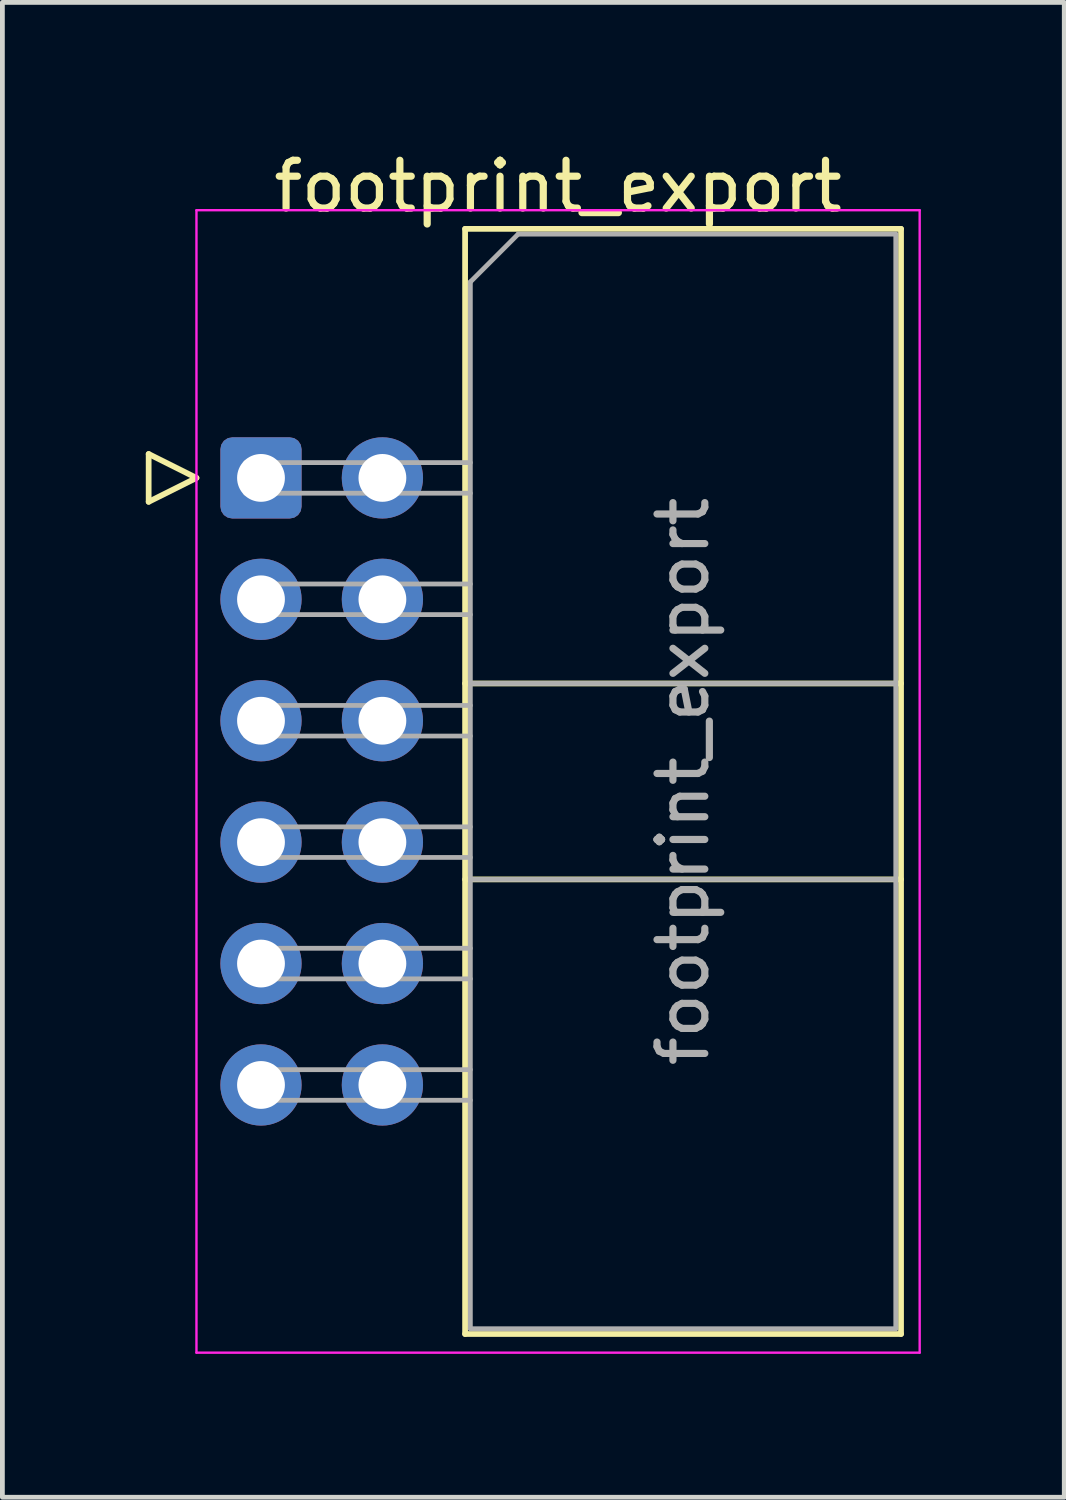
<source format=kicad_pcb>
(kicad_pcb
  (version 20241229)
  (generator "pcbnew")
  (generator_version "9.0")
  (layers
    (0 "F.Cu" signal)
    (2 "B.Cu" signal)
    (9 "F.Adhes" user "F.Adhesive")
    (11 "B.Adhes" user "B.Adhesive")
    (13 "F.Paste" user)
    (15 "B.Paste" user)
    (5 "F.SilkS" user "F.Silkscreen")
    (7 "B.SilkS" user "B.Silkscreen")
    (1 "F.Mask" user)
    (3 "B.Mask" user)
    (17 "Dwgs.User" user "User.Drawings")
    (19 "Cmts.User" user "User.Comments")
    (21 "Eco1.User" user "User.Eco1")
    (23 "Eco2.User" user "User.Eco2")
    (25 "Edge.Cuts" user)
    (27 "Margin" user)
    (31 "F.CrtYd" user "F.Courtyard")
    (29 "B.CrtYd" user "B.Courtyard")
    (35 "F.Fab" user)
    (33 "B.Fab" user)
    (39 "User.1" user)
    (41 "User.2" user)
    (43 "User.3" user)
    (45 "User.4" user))
  (footprint "footprint_export"
    (layer "F.Cu")
    (at 2.41 6.948)
    (property "Reference" "footprint_export" (at 6.215 -6.1 0) (layer "F.SilkS") (effects (font (size 1 1) (thickness 0.15))))
    (attr through_hole)
    (fp_line (start -2.35 -0.5) (end -2.35 0.5) (stroke (width 0.12) (type solid)) (layer "F.SilkS"))
    (fp_line (start -2.35 0.5) (end -1.35 0) (stroke (width 0.12) (type solid)) (layer "F.SilkS"))
    (fp_line (start -1.35 0) (end -2.35 -0.5) (stroke (width 0.12) (type solid)) (layer "F.SilkS"))
    (fp_line (start 4.27 -5.21) (end 13.39 -5.21) (stroke (width 0.12) (type solid)) (layer "F.SilkS"))
    (fp_line (start 4.27 4.3) (end 13.39 4.3) (stroke (width 0.12) (type solid)) (layer "F.SilkS"))
    (fp_line (start 4.27 8.4) (end 13.39 8.4) (stroke (width 0.12) (type solid)) (layer "F.SilkS"))
    (fp_line (start 4.27 17.91) (end 4.27 -5.21) (stroke (width 0.12) (type solid)) (layer "F.SilkS"))
    (fp_line (start 13.39 -5.21) (end 13.39 17.91) (stroke (width 0.12) (type solid)) (layer "F.SilkS"))
    (fp_line (start 13.39 17.91) (end 4.27 17.91) (stroke (width 0.12) (type solid)) (layer "F.SilkS"))
    (fp_line (start -1.35 -5.6) (end -1.35 18.3) (stroke (width 0.05) (type solid)) (layer "F.CrtYd"))
    (fp_line (start -1.35 18.3) (end 13.78 18.3) (stroke (width 0.05) (type solid)) (layer "F.CrtYd"))
    (fp_line (start 13.78 -5.6) (end -1.35 -5.6) (stroke (width 0.05) (type solid)) (layer "F.CrtYd"))
    (fp_line (start 13.78 18.3) (end 13.78 -5.6) (stroke (width 0.05) (type solid)) (layer "F.CrtYd"))
    (fp_line (start -0.32 -0.32) (end -0.32 0.32) (stroke (width 0.1) (type solid)) (layer "F.Fab"))
    (fp_line (start -0.32 0.32) (end 4.38 0.32) (stroke (width 0.1) (type solid)) (layer "F.Fab"))
    (fp_line (start -0.32 2.22) (end -0.32 2.86) (stroke (width 0.1) (type solid)) (layer "F.Fab"))
    (fp_line (start -0.32 2.86) (end 4.38 2.86) (stroke (width 0.1) (type solid)) (layer "F.Fab"))
    (fp_line (start -0.32 4.76) (end -0.32 5.4) (stroke (width 0.1) (type solid)) (layer "F.Fab"))
    (fp_line (start -0.32 5.4) (end 4.38 5.4) (stroke (width 0.1) (type solid)) (layer "F.Fab"))
    (fp_line (start -0.32 7.3) (end -0.32 7.94) (stroke (width 0.1) (type solid)) (layer "F.Fab"))
    (fp_line (start -0.32 7.94) (end 4.38 7.94) (stroke (width 0.1) (type solid)) (layer "F.Fab"))
    (fp_line (start -0.32 9.84) (end -0.32 10.48) (stroke (width 0.1) (type solid)) (layer "F.Fab"))
    (fp_line (start -0.32 10.48) (end 4.38 10.48) (stroke (width 0.1) (type solid)) (layer "F.Fab"))
    (fp_line (start -0.32 12.38) (end -0.32 13.02) (stroke (width 0.1) (type solid)) (layer "F.Fab"))
    (fp_line (start -0.32 13.02) (end 4.38 13.02) (stroke (width 0.1) (type solid)) (layer "F.Fab"))
    (fp_line (start 4.38 -4.1) (end 5.38 -5.1) (stroke (width 0.1) (type solid)) (layer "F.Fab"))
    (fp_line (start 4.38 -0.32) (end -0.32 -0.32) (stroke (width 0.1) (type solid)) (layer "F.Fab"))
    (fp_line (start 4.38 2.22) (end -0.32 2.22) (stroke (width 0.1) (type solid)) (layer "F.Fab"))
    (fp_line (start 4.38 4.3) (end 13.28 4.3) (stroke (width 0.1) (type solid)) (layer "F.Fab"))
    (fp_line (start 4.38 4.76) (end -0.32 4.76) (stroke (width 0.1) (type solid)) (layer "F.Fab"))
    (fp_line (start 4.38 7.3) (end -0.32 7.3) (stroke (width 0.1) (type solid)) (layer "F.Fab"))
    (fp_line (start 4.38 8.4) (end 13.28 8.4) (stroke (width 0.1) (type solid)) (layer "F.Fab"))
    (fp_line (start 4.38 9.84) (end -0.32 9.84) (stroke (width 0.1) (type solid)) (layer "F.Fab"))
    (fp_line (start 4.38 12.38) (end -0.32 12.38) (stroke (width 0.1) (type solid)) (layer "F.Fab"))
    (fp_line (start 4.38 17.8) (end 4.38 -4.1) (stroke (width 0.1) (type solid)) (layer "F.Fab"))
    (fp_line (start 5.38 -5.1) (end 13.28 -5.1) (stroke (width 0.1) (type solid)) (layer "F.Fab"))
    (fp_line (start 13.28 -5.1) (end 13.28 17.8) (stroke (width 0.1) (type solid)) (layer "F.Fab"))
    (fp_line (start 13.28 17.8) (end 4.38 17.8) (stroke (width 0.1) (type solid)) (layer "F.Fab"))
    (fp_text user "${REFERENCE}" (at 8.83 6.35 90) (layer "F.Fab") (effects (font (size 1 1) (thickness 0.15))))
    (pad "1" thru_hole roundrect (at 0 0) (size 1.7 1.7) (drill 1) (layers "*.Cu" "*.Mask") (roundrect_rratio 0.147))
    (pad "2" thru_hole circle (at 2.54 0) (size 1.7 1.7) (drill 1) (layers "*.Cu" "*.Mask"))
    (pad "3" thru_hole circle (at 0 2.54) (size 1.7 1.7) (drill 1) (layers "*.Cu" "*.Mask"))
    (pad "4" thru_hole circle (at 2.54 2.54) (size 1.7 1.7) (drill 1) (layers "*.Cu" "*.Mask"))
    (pad "5" thru_hole circle (at 0 5.08) (size 1.7 1.7) (drill 1) (layers "*.Cu" "*.Mask"))
    (pad "6" thru_hole circle (at 2.54 5.08) (size 1.7 1.7) (drill 1) (layers "*.Cu" "*.Mask"))
    (pad "7" thru_hole circle (at 0 7.62) (size 1.7 1.7) (drill 1) (layers "*.Cu" "*.Mask"))
    (pad "8" thru_hole circle (at 2.54 7.62) (size 1.7 1.7) (drill 1) (layers "*.Cu" "*.Mask"))
    (pad "9" thru_hole circle (at 0 10.16) (size 1.7 1.7) (drill 1) (layers "*.Cu" "*.Mask"))
    (pad "10" thru_hole circle (at 2.54 10.16) (size 1.7 1.7) (drill 1) (layers "*.Cu" "*.Mask"))
    (pad "11" thru_hole circle (at 0 12.7) (size 1.7 1.7) (drill 1) (layers "*.Cu" "*.Mask"))
    (pad "12" thru_hole circle (at 2.54 12.7) (size 1.7 1.7) (drill 1) (layers "*.Cu" "*.Mask")))
  (gr_rect
    (start -3 -3)
    (end 19.215 28.273)
    (stroke (width 0.1) (type default))
    (fill no)
    (layer "Edge.Cuts")))
</source>
